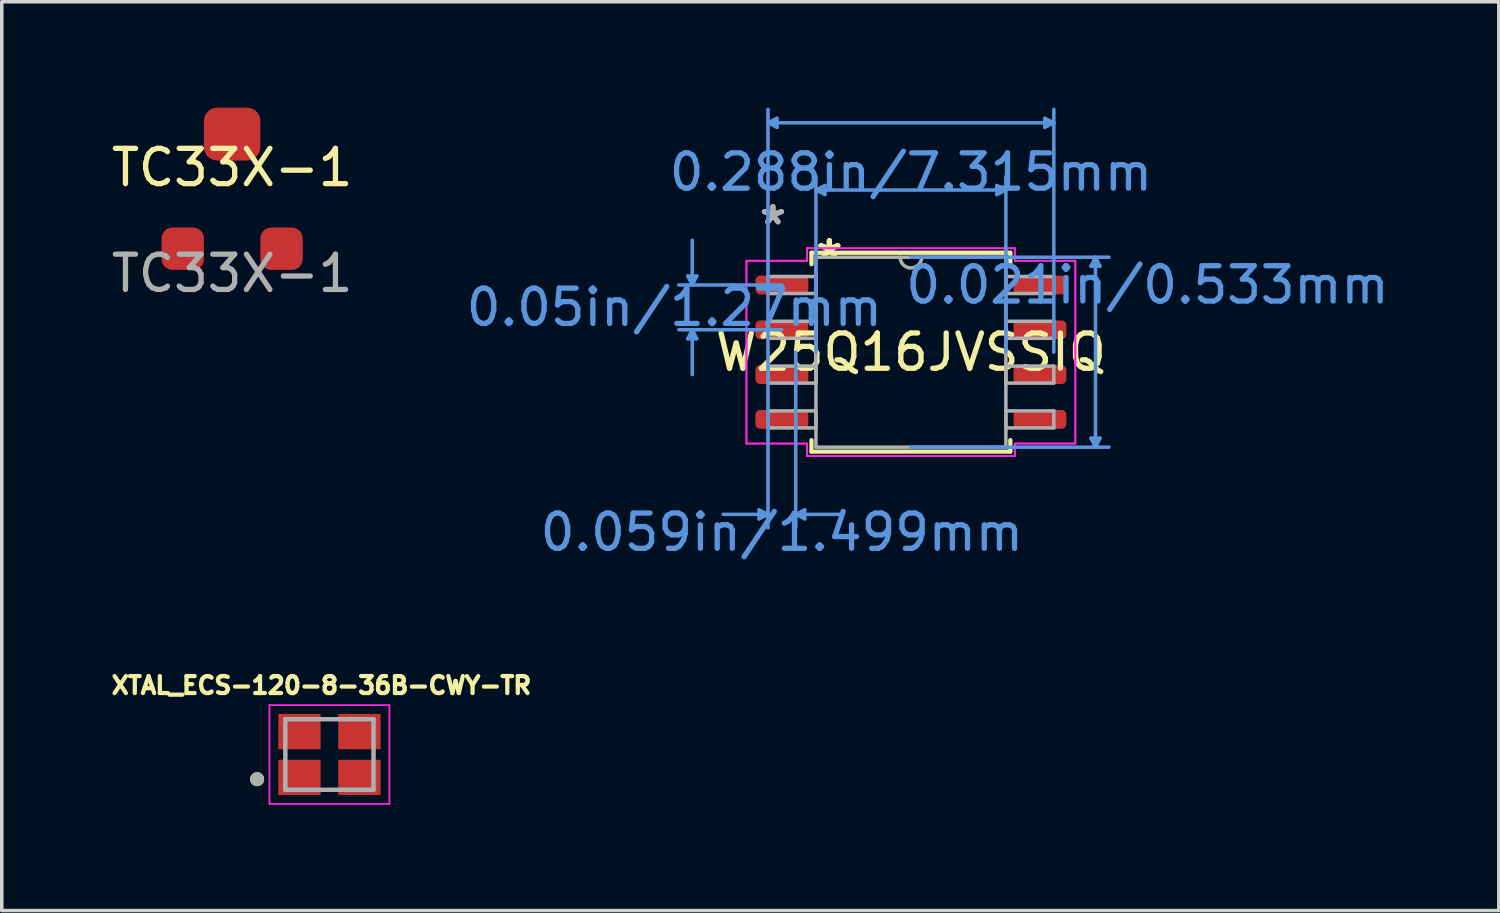
<source format=kicad_pcb>
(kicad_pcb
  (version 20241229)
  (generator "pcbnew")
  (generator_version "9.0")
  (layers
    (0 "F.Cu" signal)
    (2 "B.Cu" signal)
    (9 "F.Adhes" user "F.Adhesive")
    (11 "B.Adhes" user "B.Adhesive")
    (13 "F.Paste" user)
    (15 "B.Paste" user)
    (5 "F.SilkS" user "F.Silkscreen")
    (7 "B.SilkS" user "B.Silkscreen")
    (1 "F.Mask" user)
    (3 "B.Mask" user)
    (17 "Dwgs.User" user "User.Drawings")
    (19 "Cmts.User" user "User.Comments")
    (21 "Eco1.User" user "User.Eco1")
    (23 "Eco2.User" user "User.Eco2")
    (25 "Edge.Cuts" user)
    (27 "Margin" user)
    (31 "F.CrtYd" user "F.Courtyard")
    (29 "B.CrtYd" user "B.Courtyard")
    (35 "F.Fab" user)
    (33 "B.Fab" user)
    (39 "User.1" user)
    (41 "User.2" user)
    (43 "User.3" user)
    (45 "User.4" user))
  (footprint "W25Q16JVSSIQ"
    (layer "F.Cu")
    (at 22.771 6.933)
    (property "Reference" "W25Q16JVSSIQ" (at 0 0 0) (layer "F.SilkS") (effects (font (size 1 1) (thickness 0.15))))
    (attr through_hole)
    (fp_line (start -2.819 -2.819) (end -2.819 -2.492) (stroke (width 0.12) (type solid)) (layer "F.SilkS"))
    (fp_line (start -2.819 2.492) (end -2.819 2.819) (stroke (width 0.12) (type solid)) (layer "F.SilkS"))
    (fp_line (start -2.819 2.819) (end 2.819 2.819) (stroke (width 0.12) (type solid)) (layer "F.SilkS"))
    (fp_line (start 2.819 -2.819) (end -2.819 -2.819) (stroke (width 0.12) (type solid)) (layer "F.SilkS"))
    (fp_line (start 2.819 -2.492) (end 2.819 -2.819) (stroke (width 0.12) (type solid)) (layer "F.SilkS"))
    (fp_line (start 2.819 2.819) (end 2.819 2.492) (stroke (width 0.12) (type solid)) (layer "F.SilkS"))
    (fp_line (start -6.325 -2.159) (end -6.071 -2.159) (stroke (width 0.1) (type solid)) (layer "Cmts.User"))
    (fp_line (start -6.325 -0.381) (end -6.071 -0.381) (stroke (width 0.1) (type solid)) (layer "Cmts.User"))
    (fp_line (start -6.198 -1.905) (end -6.325 -2.159) (stroke (width 0.1) (type solid)) (layer "Cmts.User"))
    (fp_line (start -6.198 -1.905) (end -6.198 -3.175) (stroke (width 0.1) (type solid)) (layer "Cmts.User"))
    (fp_line (start -6.198 -1.905) (end -6.071 -2.159) (stroke (width 0.1) (type solid)) (layer "Cmts.User"))
    (fp_line (start -6.198 -0.635) (end -6.325 -0.381) (stroke (width 0.1) (type solid)) (layer "Cmts.User"))
    (fp_line (start -6.198 -0.635) (end -6.198 0.635) (stroke (width 0.1) (type solid)) (layer "Cmts.User"))
    (fp_line (start -6.198 -0.635) (end -6.071 -0.381) (stroke (width 0.1) (type solid)) (layer "Cmts.User"))
    (fp_line (start -4.305 4.47) (end -4.305 4.724) (stroke (width 0.1) (type solid)) (layer "Cmts.User"))
    (fp_line (start -4.051 -6.502) (end -3.797 -6.629) (stroke (width 0.1) (type solid)) (layer "Cmts.User"))
    (fp_line (start -4.051 -6.502) (end -3.797 -6.375) (stroke (width 0.1) (type solid)) (layer "Cmts.User"))
    (fp_line (start -4.051 -6.502) (end 4.051 -6.502) (stroke (width 0.1) (type solid)) (layer "Cmts.User"))
    (fp_line (start -4.051 0) (end -4.051 -6.883) (stroke (width 0.1) (type solid)) (layer "Cmts.User"))
    (fp_line (start -4.051 0) (end -4.051 4.978) (stroke (width 0.1) (type solid)) (layer "Cmts.User"))
    (fp_line (start -4.051 4.597) (end -5.321 4.597) (stroke (width 0.1) (type solid)) (layer "Cmts.User"))
    (fp_line (start -4.051 4.597) (end -4.305 4.47) (stroke (width 0.1) (type solid)) (layer "Cmts.User"))
    (fp_line (start -4.051 4.597) (end -4.305 4.724) (stroke (width 0.1) (type solid)) (layer "Cmts.User"))
    (fp_line (start -3.797 -6.629) (end -3.797 -6.375) (stroke (width 0.1) (type solid)) (layer "Cmts.User"))
    (fp_line (start -3.658 -1.905) (end -6.579 -1.905) (stroke (width 0.1) (type solid)) (layer "Cmts.User"))
    (fp_line (start -3.658 -0.635) (end -6.579 -0.635) (stroke (width 0.1) (type solid)) (layer "Cmts.User"))
    (fp_line (start -3.264 0) (end -3.264 4.978) (stroke (width 0.1) (type solid)) (layer "Cmts.User"))
    (fp_line (start -3.264 4.597) (end -3.01 4.47) (stroke (width 0.1) (type solid)) (layer "Cmts.User"))
    (fp_line (start -3.264 4.597) (end -3.01 4.724) (stroke (width 0.1) (type solid)) (layer "Cmts.User"))
    (fp_line (start -3.264 4.597) (end -1.994 4.597) (stroke (width 0.1) (type solid)) (layer "Cmts.User"))
    (fp_line (start -3.01 4.47) (end -3.01 4.724) (stroke (width 0.1) (type solid)) (layer "Cmts.User"))
    (fp_line (start -2.692 -4.597) (end -2.438 -4.724) (stroke (width 0.1) (type solid)) (layer "Cmts.User"))
    (fp_line (start -2.692 -4.597) (end -2.438 -4.47) (stroke (width 0.1) (type solid)) (layer "Cmts.User"))
    (fp_line (start -2.692 -4.597) (end 2.692 -4.597) (stroke (width 0.1) (type solid)) (layer "Cmts.User"))
    (fp_line (start -2.692 0) (end -2.692 -4.978) (stroke (width 0.1) (type solid)) (layer "Cmts.User"))
    (fp_line (start -2.438 -4.724) (end -2.438 -4.47) (stroke (width 0.1) (type solid)) (layer "Cmts.User"))
    (fp_line (start 0 -2.692) (end 5.613 -2.692) (stroke (width 0.1) (type solid)) (layer "Cmts.User"))
    (fp_line (start 0 2.692) (end 5.613 2.692) (stroke (width 0.1) (type solid)) (layer "Cmts.User"))
    (fp_line (start 2.438 -4.724) (end 2.438 -4.47) (stroke (width 0.1) (type solid)) (layer "Cmts.User"))
    (fp_line (start 2.692 -4.597) (end 2.438 -4.724) (stroke (width 0.1) (type solid)) (layer "Cmts.User"))
    (fp_line (start 2.692 -4.597) (end 2.438 -4.47) (stroke (width 0.1) (type solid)) (layer "Cmts.User"))
    (fp_line (start 2.692 0) (end 2.692 -4.978) (stroke (width 0.1) (type solid)) (layer "Cmts.User"))
    (fp_line (start 3.797 -6.629) (end 3.797 -6.375) (stroke (width 0.1) (type solid)) (layer "Cmts.User"))
    (fp_line (start 4.051 -6.502) (end 3.797 -6.629) (stroke (width 0.1) (type solid)) (layer "Cmts.User"))
    (fp_line (start 4.051 -6.502) (end 3.797 -6.375) (stroke (width 0.1) (type solid)) (layer "Cmts.User"))
    (fp_line (start 4.051 0) (end 4.051 -6.883) (stroke (width 0.1) (type solid)) (layer "Cmts.User"))
    (fp_line (start 5.105 -2.438) (end 5.359 -2.438) (stroke (width 0.1) (type solid)) (layer "Cmts.User"))
    (fp_line (start 5.105 2.438) (end 5.359 2.438) (stroke (width 0.1) (type solid)) (layer "Cmts.User"))
    (fp_line (start 5.232 -2.692) (end 5.105 -2.438) (stroke (width 0.1) (type solid)) (layer "Cmts.User"))
    (fp_line (start 5.232 -2.692) (end 5.232 2.692) (stroke (width 0.1) (type solid)) (layer "Cmts.User"))
    (fp_line (start 5.232 -2.692) (end 5.359 -2.438) (stroke (width 0.1) (type solid)) (layer "Cmts.User"))
    (fp_line (start 5.232 2.692) (end 5.105 2.438) (stroke (width 0.1) (type solid)) (layer "Cmts.User"))
    (fp_line (start 5.232 2.692) (end 5.359 2.438) (stroke (width 0.1) (type solid)) (layer "Cmts.User"))
    (fp_line (start -4.661 -2.591) (end -2.946 -2.591) (stroke (width 0.05) (type solid)) (layer "F.CrtYd"))
    (fp_line (start -4.661 -2.591) (end -2.946 -2.591) (stroke (width 0.05) (type solid)) (layer "F.CrtYd"))
    (fp_line (start -4.661 2.591) (end -4.661 -2.591) (stroke (width 0.05) (type solid)) (layer "F.CrtYd"))
    (fp_line (start -4.661 2.591) (end -4.661 -2.591) (stroke (width 0.05) (type solid)) (layer "F.CrtYd"))
    (fp_line (start -4.661 2.591) (end -2.946 2.591) (stroke (width 0.05) (type solid)) (layer "F.CrtYd"))
    (fp_line (start -2.946 -2.946) (end 2.946 -2.946) (stroke (width 0.05) (type solid)) (layer "F.CrtYd"))
    (fp_line (start -2.946 -2.946) (end 2.946 -2.946) (stroke (width 0.05) (type solid)) (layer "F.CrtYd"))
    (fp_line (start -2.946 -2.591) (end -2.946 -2.946) (stroke (width 0.05) (type solid)) (layer "F.CrtYd"))
    (fp_line (start -2.946 -2.591) (end -2.946 -2.946) (stroke (width 0.05) (type solid)) (layer "F.CrtYd"))
    (fp_line (start -2.946 2.591) (end -4.661 2.591) (stroke (width 0.05) (type solid)) (layer "F.CrtYd"))
    (fp_line (start -2.946 2.946) (end -2.946 2.591) (stroke (width 0.05) (type solid)) (layer "F.CrtYd"))
    (fp_line (start -2.946 2.946) (end -2.946 2.591) (stroke (width 0.05) (type solid)) (layer "F.CrtYd"))
    (fp_line (start 2.946 -2.946) (end 2.946 -2.591) (stroke (width 0.05) (type solid)) (layer "F.CrtYd"))
    (fp_line (start 2.946 -2.946) (end 2.946 -2.591) (stroke (width 0.05) (type solid)) (layer "F.CrtYd"))
    (fp_line (start 2.946 -2.591) (end 4.661 -2.591) (stroke (width 0.05) (type solid)) (layer "F.CrtYd"))
    (fp_line (start 2.946 2.591) (end 2.946 2.946) (stroke (width 0.05) (type solid)) (layer "F.CrtYd"))
    (fp_line (start 2.946 2.591) (end 2.946 2.946) (stroke (width 0.05) (type solid)) (layer "F.CrtYd"))
    (fp_line (start 2.946 2.946) (end -2.946 2.946) (stroke (width 0.05) (type solid)) (layer "F.CrtYd"))
    (fp_line (start 2.946 2.946) (end -2.946 2.946) (stroke (width 0.05) (type solid)) (layer "F.CrtYd"))
    (fp_line (start 4.661 -2.591) (end 2.946 -2.591) (stroke (width 0.05) (type solid)) (layer "F.CrtYd"))
    (fp_line (start 4.661 -2.591) (end 4.661 2.591) (stroke (width 0.05) (type solid)) (layer "F.CrtYd"))
    (fp_line (start 4.661 -2.591) (end 4.661 2.591) (stroke (width 0.05) (type solid)) (layer "F.CrtYd"))
    (fp_line (start 4.661 2.591) (end 2.946 2.591) (stroke (width 0.05) (type solid)) (layer "F.CrtYd"))
    (fp_line (start 4.661 2.591) (end 2.946 2.591) (stroke (width 0.05) (type solid)) (layer "F.CrtYd"))
    (fp_line (start -4.051 -2.146) (end -4.051 -1.664) (stroke (width 0.1) (type solid)) (layer "F.Fab"))
    (fp_line (start -4.051 -1.664) (end -2.692 -1.664) (stroke (width 0.1) (type solid)) (layer "F.Fab"))
    (fp_line (start -4.051 -0.876) (end -4.051 -0.394) (stroke (width 0.1) (type solid)) (layer "F.Fab"))
    (fp_line (start -4.051 -0.394) (end -2.692 -0.394) (stroke (width 0.1) (type solid)) (layer "F.Fab"))
    (fp_line (start -4.051 0.394) (end -4.051 0.876) (stroke (width 0.1) (type solid)) (layer "F.Fab"))
    (fp_line (start -4.051 0.876) (end -2.692 0.876) (stroke (width 0.1) (type solid)) (layer "F.Fab"))
    (fp_line (start -4.051 1.664) (end -4.051 2.146) (stroke (width 0.1) (type solid)) (layer "F.Fab"))
    (fp_line (start -4.051 2.146) (end -2.692 2.146) (stroke (width 0.1) (type solid)) (layer "F.Fab"))
    (fp_line (start -2.692 -2.692) (end -2.692 2.692) (stroke (width 0.1) (type solid)) (layer "F.Fab"))
    (fp_line (start -2.692 -2.146) (end -4.051 -2.146) (stroke (width 0.1) (type solid)) (layer "F.Fab"))
    (fp_line (start -2.692 -1.664) (end -2.692 -2.146) (stroke (width 0.1) (type solid)) (layer "F.Fab"))
    (fp_line (start -2.692 -0.876) (end -4.051 -0.876) (stroke (width 0.1) (type solid)) (layer "F.Fab"))
    (fp_line (start -2.692 -0.394) (end -2.692 -0.876) (stroke (width 0.1) (type solid)) (layer "F.Fab"))
    (fp_line (start -2.692 0.394) (end -4.051 0.394) (stroke (width 0.1) (type solid)) (layer "F.Fab"))
    (fp_line (start -2.692 0.876) (end -2.692 0.394) (stroke (width 0.1) (type solid)) (layer "F.Fab"))
    (fp_line (start -2.692 1.664) (end -4.051 1.664) (stroke (width 0.1) (type solid)) (layer "F.Fab"))
    (fp_line (start -2.692 2.146) (end -2.692 1.664) (stroke (width 0.1) (type solid)) (layer "F.Fab"))
    (fp_line (start -2.692 2.692) (end 2.692 2.692) (stroke (width 0.1) (type solid)) (layer "F.Fab"))
    (fp_line (start 2.692 -2.692) (end -2.692 -2.692) (stroke (width 0.1) (type solid)) (layer "F.Fab"))
    (fp_line (start 2.692 -2.146) (end 2.692 -1.664) (stroke (width 0.1) (type solid)) (layer "F.Fab"))
    (fp_line (start 2.692 -1.664) (end 4.051 -1.664) (stroke (width 0.1) (type solid)) (layer "F.Fab"))
    (fp_line (start 2.692 -0.876) (end 2.692 -0.394) (stroke (width 0.1) (type solid)) (layer "F.Fab"))
    (fp_line (start 2.692 -0.394) (end 4.051 -0.394) (stroke (width 0.1) (type solid)) (layer "F.Fab"))
    (fp_line (start 2.692 0.394) (end 2.692 0.876) (stroke (width 0.1) (type solid)) (layer "F.Fab"))
    (fp_line (start 2.692 0.876) (end 4.051 0.876) (stroke (width 0.1) (type solid)) (layer "F.Fab"))
    (fp_line (start 2.692 1.664) (end 2.692 2.146) (stroke (width 0.1) (type solid)) (layer "F.Fab"))
    (fp_line (start 2.692 2.146) (end 4.051 2.146) (stroke (width 0.1) (type solid)) (layer "F.Fab"))
    (fp_line (start 2.692 2.692) (end 2.692 -2.692) (stroke (width 0.1) (type solid)) (layer "F.Fab"))
    (fp_line (start 4.051 -2.146) (end 2.692 -2.146) (stroke (width 0.1) (type solid)) (layer "F.Fab"))
    (fp_line (start 4.051 -1.664) (end 4.051 -2.146) (stroke (width 0.1) (type solid)) (layer "F.Fab"))
    (fp_line (start 4.051 -0.876) (end 2.692 -0.876) (stroke (width 0.1) (type solid)) (layer "F.Fab"))
    (fp_line (start 4.051 -0.394) (end 4.051 -0.876) (stroke (width 0.1) (type solid)) (layer "F.Fab"))
    (fp_line (start 4.051 0.394) (end 2.692 0.394) (stroke (width 0.1) (type solid)) (layer "F.Fab"))
    (fp_line (start 4.051 0.876) (end 4.051 0.394) (stroke (width 0.1) (type solid)) (layer "F.Fab"))
    (fp_line (start 4.051 1.664) (end 2.692 1.664) (stroke (width 0.1) (type solid)) (layer "F.Fab"))
    (fp_line (start 4.051 2.146) (end 4.051 1.664) (stroke (width 0.1) (type solid)) (layer "F.Fab"))
    (fp_arc (start 0.3048 -2.6924) (mid 0 -2.3876) (end -0.3048 -2.6924) (stroke (width 0.1) (type solid)) (layer "F.Fab"))
    (fp_text user "*" (at -2.311 -2.616 0) (layer "F.SilkS") (effects (font (size 1 1) (thickness 0.15))))
    (fp_text user "*" (at -2.311 -2.616 0) (layer "F.SilkS") (effects (font (size 1 1) (thickness 0.15))))
    (fp_text user "Copyright 2021 Accelerated Designs. All rights reserved." (at 0 0 0) (layer "Cmts.User") (effects (font (size 0.127 0.127) (thickness 0.002))))
    (fp_text user "0.05in/1.27mm" (at -6.706 -1.27 0) (layer "Cmts.User") (effects (font (size 1 1) (thickness 0.15))))
    (fp_text user "0.021in/0.533mm" (at 6.706 -1.905 0) (layer "Cmts.User") (effects (font (size 1 1) (thickness 0.15))))
    (fp_text user "0.059in/1.499mm" (at -3.658 5.105 0) (layer "Cmts.User") (effects (font (size 1 1) (thickness 0.15))))
    (fp_text user "0.288in/7.315mm" (at 0 -5.105 0) (layer "Cmts.User") (effects (font (size 1 1) (thickness 0.15))))
    (fp_text user "*" (at -3.912 -3.581 0) (layer "F.Fab") (effects (font (size 1 1) (thickness 0.15))))
    (fp_text user "*" (at -3.912 -3.581 0) (layer "F.Fab") (effects (font (size 1 1) (thickness 0.15))))
    (pad "1" smd roundrect (at -3.658 -1.905) (size 1.499 0.533) (layers "F.Cu" "F.Mask" "F.Paste") (roundrect_rratio 0.25))
    (pad "2" smd roundrect (at -3.658 -0.635) (size 1.499 0.533) (layers "F.Cu" "F.Mask" "F.Paste") (roundrect_rratio 0.25))
    (pad "3" smd roundrect (at -3.658 0.635) (size 1.499 0.533) (layers "F.Cu" "F.Mask" "F.Paste") (roundrect_rratio 0.25))
    (pad "4" smd roundrect (at -3.658 1.905) (size 1.499 0.533) (layers "F.Cu" "F.Mask" "F.Paste") (roundrect_rratio 0.25))
    (pad "5" smd roundrect (at 3.658 1.905) (size 1.499 0.533) (layers "F.Cu" "F.Mask" "F.Paste") (roundrect_rratio 0.25))
    (pad "6" smd roundrect (at 3.658 0.635) (size 1.499 0.533) (layers "F.Cu" "F.Mask" "F.Paste") (roundrect_rratio 0.25))
    (pad "7" smd roundrect (at 3.658 -0.635) (size 1.499 0.533) (layers "F.Cu" "F.Mask" "F.Paste") (roundrect_rratio 0.25))
    (pad "8" smd roundrect (at 3.658 -1.905) (size 1.499 0.533) (layers "F.Cu" "F.Mask" "F.Paste") (roundrect_rratio 0.25)))
  (footprint "TC33X-1"
    (layer "F.Cu")
    (at 3.53 2.2)
    (property "Reference" "TC33X-1" (at 0 -0.5 0) (unlocked yes) (layer "F.SilkS") (effects (font (size 1 1) (thickness 0.15))))
    (attr smd)
    (fp_text user "${REFERENCE}" (at 0 2.5 0) (unlocked yes) (layer "F.Fab") (effects (font (size 1 1) (thickness 0.15))))
    (pad "1" smd roundrect (at -1.4 1.8) (size 1.2 1.2) (layers "F.Cu" "F.Mask" "F.Paste") (roundrect_rratio 0.25))
    (pad "2" smd roundrect (at 0 -1.45) (size 1.6 1.5) (layers "F.Cu" "F.Mask" "F.Paste") (roundrect_rratio 0.25))
    (pad "3" smd roundrect (at 1.4 1.8) (size 1.2 1.2) (layers "F.Cu" "F.Mask" "F.Paste") (roundrect_rratio 0.25)))
  (footprint "XTAL_ECS-120-8-36B-CWY-TR"
    (layer "F.Cu")
    (at 6.288 18.337)
    (property "Reference" "XTAL_ECS-120-8-36B-CWY-TR" (at -0.226 -1.958 0) (layer "F.SilkS") (effects (font (size 0.481 0.481) (thickness 0.15))))
    (attr through_hole)
    (fp_circle (center -2.05 0.7) (end -1.95 0.7) (stroke (width 0.2) (type solid)) (fill no) (layer "F.SilkS"))
    (fp_line (start -1.7 -1.4) (end -1.7 1.4) (stroke (width 0.05) (type solid)) (layer "F.CrtYd"))
    (fp_line (start -1.7 1.4) (end 1.7 1.4) (stroke (width 0.05) (type solid)) (layer "F.CrtYd"))
    (fp_line (start 1.7 -1.4) (end -1.7 -1.4) (stroke (width 0.05) (type solid)) (layer "F.CrtYd"))
    (fp_line (start 1.7 1.4) (end 1.7 -1.4) (stroke (width 0.05) (type solid)) (layer "F.CrtYd"))
    (fp_line (start -1.25 -1) (end -1.25 1) (stroke (width 0.127) (type solid)) (layer "F.Fab"))
    (fp_line (start -1.25 1) (end 1.25 1) (stroke (width 0.127) (type solid)) (layer "F.Fab"))
    (fp_line (start 1.25 -1) (end -1.25 -1) (stroke (width 0.127) (type solid)) (layer "F.Fab"))
    (fp_line (start 1.25 1) (end 1.25 -1) (stroke (width 0.127) (type solid)) (layer "F.Fab"))
    (fp_circle (center -2.05 0.7) (end -1.95 0.7) (stroke (width 0.2) (type solid)) (fill no) (layer "F.Fab"))
    (pad "1" smd rect (at -0.85 0.65 90) (size 1 1.2) (layers "F.Cu" "F.Mask" "F.Paste"))
    (pad "2" smd rect (at 0.85 0.65 90) (size 1 1.2) (layers "F.Cu" "F.Mask" "F.Paste"))
    (pad "3" smd rect (at 0.85 -0.65 90) (size 1 1.2) (layers "F.Cu" "F.Mask" "F.Paste"))
    (pad "4" smd rect (at -0.85 -0.65 90) (size 1 1.2) (layers "F.Cu" "F.Mask" "F.Paste")))
  (gr_rect
    (start -3 -3)
    (end 39.435 22.762)
    (stroke (width 0.1) (type default))
    (fill no)
    (layer "Edge.Cuts")))
</source>
